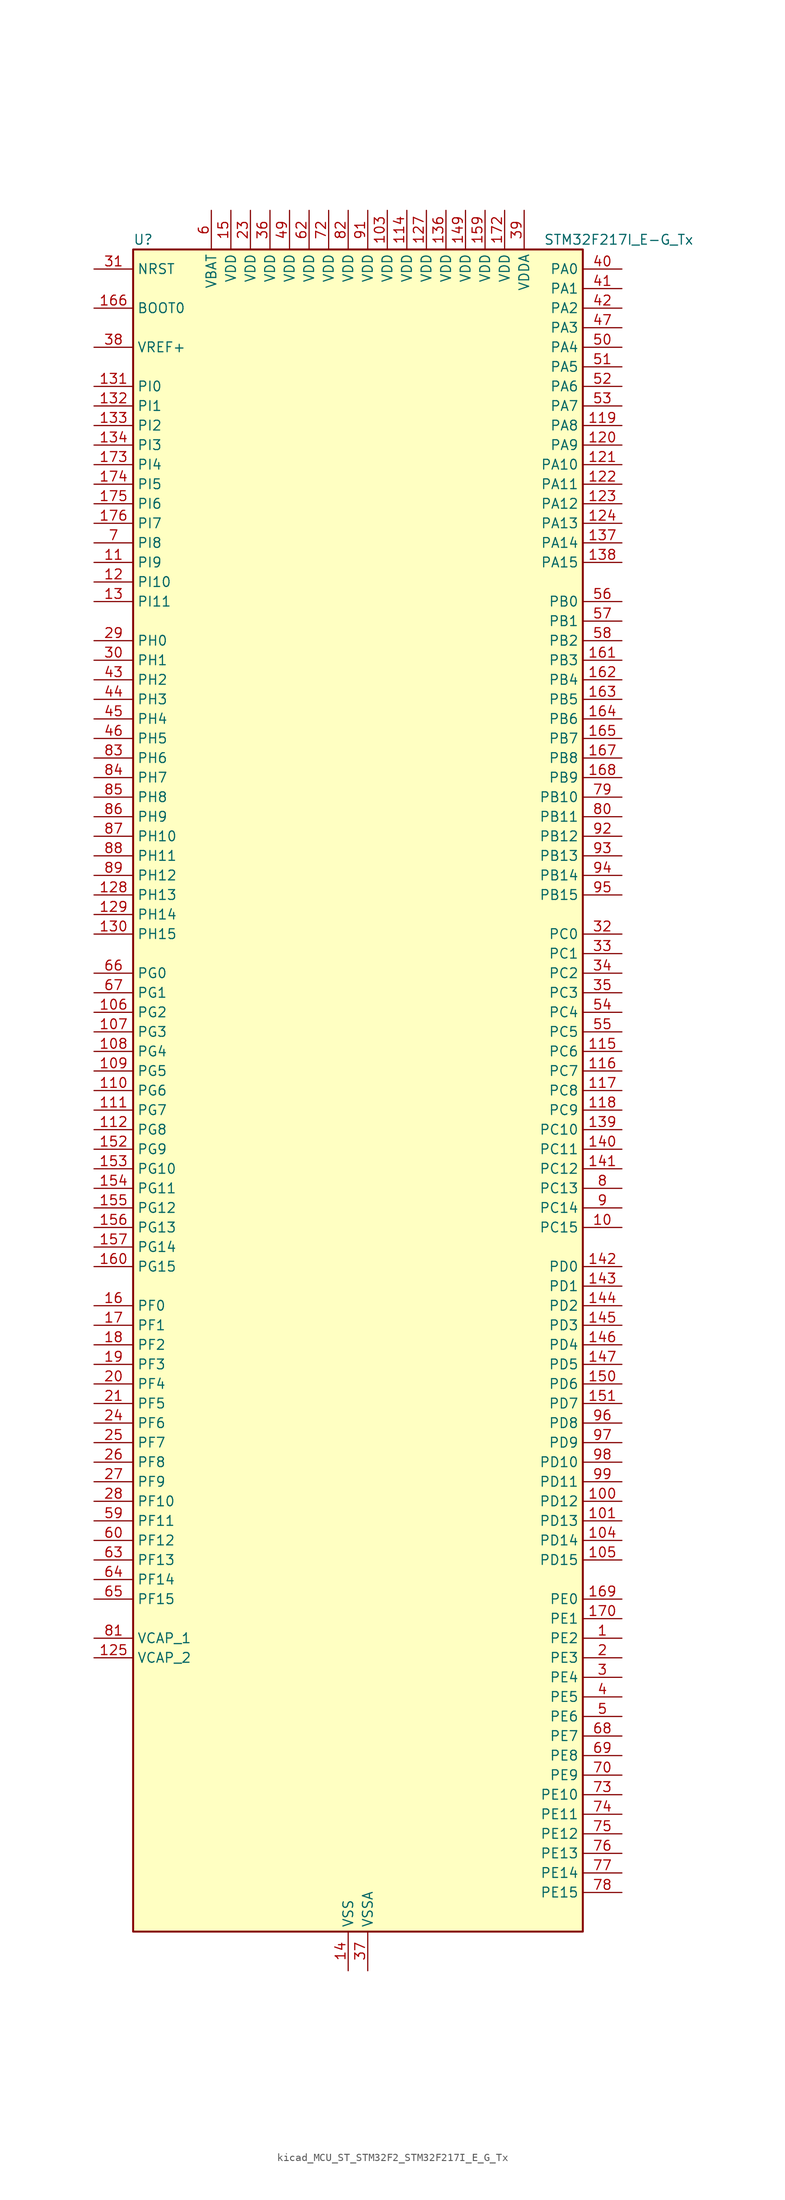
<source format=kicad_sym>
(kicad_symbol_lib
  (version 20220914)
  (generator kicad_symbol_editor)
  (symbol "kicad_MCU_ST_STM32F2_STM32F217I_E_G_Tx"
    (property "Reference" "U"
      (at -27.94 110.49 0)
      (effects (font (size 1.27 1.27)) (justify left)))
    (property "Value" "STM32F217I_E-G_Tx"
      (at 25.4 110.49 0)
      (effects (font (size 1.27 1.27)) (justify left)))
    (property "ki_locked" ""
      (at 0 0 0)
      (effects (font (size 1.27 1.27))))
    (symbol "kicad_MCU_ST_STM32F2_STM32F217I_E_G_Tx_0_1"
      (rectangle (start -27.94 -109.22) (end 30.48 109.22) (stroke (width 0.254) (type default)) (fill (type background))))
    (symbol "kicad_MCU_ST_STM32F2_STM32F217I_E_G_Tx_1_1"
      (pin bidirectional line (at 35.56 -71.12 180) (length 5.08) (name "PE2" (effects (font (size 1.27 1.27)))) (number "1" (effects (font (size 1.27 1.27)))) (alternate "ETH_TXD3" bidirectional line) (alternate "FSMC_A23" bidirectional line) (alternate "SYS_TRACECLK" bidirectional line))
      (pin bidirectional line (at 35.56 -17.78 180) (length 5.08) (name "PC15" (effects (font (size 1.27 1.27)))) (number "10" (effects (font (size 1.27 1.27)))) (alternate "ADC1_EXTI15" bidirectional line) (alternate "ADC2_EXTI15" bidirectional line) (alternate "ADC3_EXTI15" bidirectional line) (alternate "RCC_OSC32_OUT" bidirectional line))
      (pin bidirectional line (at 35.56 -53.34 180) (length 5.08) (name "PD12" (effects (font (size 1.27 1.27)))) (number "100" (effects (font (size 1.27 1.27)))) (alternate "FSMC_A17" bidirectional line) (alternate "FSMC_ALE" bidirectional line) (alternate "TIM4_CH1" bidirectional line) (alternate "USART3_RTS" bidirectional line))
      (pin bidirectional line (at 35.56 -55.88 180) (length 5.08) (name "PD13" (effects (font (size 1.27 1.27)))) (number "101" (effects (font (size 1.27 1.27)))) (alternate "FSMC_A18" bidirectional line) (alternate "TIM4_CH2" bidirectional line))
      (pin passive line (at 0 -114.3 90) (length 5.08) hide (name "VSS" (effects (font (size 1.27 1.27)))) (number "102" (effects (font (size 1.27 1.27)))))
      (pin power_in line (at 5.08 114.3 270) (length 5.08) (name "VDD" (effects (font (size 1.27 1.27)))) (number "103" (effects (font (size 1.27 1.27)))))
      (pin bidirectional line (at 35.56 -58.42 180) (length 5.08) (name "PD14" (effects (font (size 1.27 1.27)))) (number "104" (effects (font (size 1.27 1.27)))) (alternate "FSMC_D0" bidirectional line) (alternate "FSMC_DA0" bidirectional line) (alternate "TIM4_CH3" bidirectional line))
      (pin bidirectional line (at 35.56 -60.96 180) (length 5.08) (name "PD15" (effects (font (size 1.27 1.27)))) (number "105" (effects (font (size 1.27 1.27)))) (alternate "ADC1_EXTI15" bidirectional line) (alternate "ADC2_EXTI15" bidirectional line) (alternate "ADC3_EXTI15" bidirectional line) (alternate "FSMC_D1" bidirectional line) (alternate "FSMC_DA1" bidirectional line) (alternate "TIM4_CH4" bidirectional line))
      (pin bidirectional line (at -33.02 10.16 0) (length 5.08) (name "PG2" (effects (font (size 1.27 1.27)))) (number "106" (effects (font (size 1.27 1.27)))) (alternate "FSMC_A12" bidirectional line))
      (pin bidirectional line (at -33.02 7.62 0) (length 5.08) (name "PG3" (effects (font (size 1.27 1.27)))) (number "107" (effects (font (size 1.27 1.27)))) (alternate "FSMC_A13" bidirectional line))
      (pin bidirectional line (at -33.02 5.08 0) (length 5.08) (name "PG4" (effects (font (size 1.27 1.27)))) (number "108" (effects (font (size 1.27 1.27)))) (alternate "FSMC_A14" bidirectional line))
      (pin bidirectional line (at -33.02 2.54 0) (length 5.08) (name "PG5" (effects (font (size 1.27 1.27)))) (number "109" (effects (font (size 1.27 1.27)))) (alternate "FSMC_A15" bidirectional line))
      (pin bidirectional line (at -33.02 68.58 0) (length 5.08) (name "PI9" (effects (font (size 1.27 1.27)))) (number "11" (effects (font (size 1.27 1.27)))) (alternate "CAN1_RX" bidirectional line) (alternate "DAC_EXTI9" bidirectional line))
      (pin bidirectional line (at -33.02 0 0) (length 5.08) (name "PG6" (effects (font (size 1.27 1.27)))) (number "110" (effects (font (size 1.27 1.27)))) (alternate "FSMC_INT2" bidirectional line))
      (pin bidirectional line (at -33.02 -2.54 0) (length 5.08) (name "PG7" (effects (font (size 1.27 1.27)))) (number "111" (effects (font (size 1.27 1.27)))) (alternate "FSMC_INT3" bidirectional line) (alternate "USART6_CK" bidirectional line))
      (pin bidirectional line (at -33.02 -5.08 0) (length 5.08) (name "PG8" (effects (font (size 1.27 1.27)))) (number "112" (effects (font (size 1.27 1.27)))) (alternate "ETH_PPS_OUT" bidirectional line) (alternate "USART6_RTS" bidirectional line))
      (pin passive line (at 0 -114.3 90) (length 5.08) hide (name "VSS" (effects (font (size 1.27 1.27)))) (number "113" (effects (font (size 1.27 1.27)))))
      (pin power_in line (at 7.62 114.3 270) (length 5.08) (name "VDD" (effects (font (size 1.27 1.27)))) (number "114" (effects (font (size 1.27 1.27)))))
      (pin bidirectional line (at 35.56 5.08 180) (length 5.08) (name "PC6" (effects (font (size 1.27 1.27)))) (number "115" (effects (font (size 1.27 1.27)))) (alternate "DCMI_D0" bidirectional line) (alternate "I2S2_MCK" bidirectional line) (alternate "SDIO_D6" bidirectional line) (alternate "TIM3_CH1" bidirectional line) (alternate "TIM8_CH1" bidirectional line) (alternate "USART6_TX" bidirectional line))
      (pin bidirectional line (at 35.56 2.54 180) (length 5.08) (name "PC7" (effects (font (size 1.27 1.27)))) (number "116" (effects (font (size 1.27 1.27)))) (alternate "DCMI_D1" bidirectional line) (alternate "I2S3_MCK" bidirectional line) (alternate "SDIO_D7" bidirectional line) (alternate "TIM3_CH2" bidirectional line) (alternate "TIM8_CH2" bidirectional line) (alternate "USART6_RX" bidirectional line))
      (pin bidirectional line (at 35.56 0 180) (length 5.08) (name "PC8" (effects (font (size 1.27 1.27)))) (number "117" (effects (font (size 1.27 1.27)))) (alternate "DCMI_D2" bidirectional line) (alternate "SDIO_D0" bidirectional line) (alternate "TIM3_CH3" bidirectional line) (alternate "TIM8_CH3" bidirectional line) (alternate "USART6_CK" bidirectional line))
      (pin bidirectional line (at 35.56 -2.54 180) (length 5.08) (name "PC9" (effects (font (size 1.27 1.27)))) (number "118" (effects (font (size 1.27 1.27)))) (alternate "DAC_EXTI9" bidirectional line) (alternate "DCMI_D3" bidirectional line) (alternate "I2C3_SDA" bidirectional line) (alternate "I2S_CKIN" bidirectional line) (alternate "RCC_MCO_2" bidirectional line) (alternate "SDIO_D1" bidirectional line) (alternate "TIM3_CH4" bidirectional line) (alternate "TIM8_CH4" bidirectional line))
      (pin bidirectional line (at 35.56 86.36 180) (length 5.08) (name "PA8" (effects (font (size 1.27 1.27)))) (number "119" (effects (font (size 1.27 1.27)))) (alternate "I2C3_SCL" bidirectional line) (alternate "RCC_MCO_1" bidirectional line) (alternate "TIM1_CH1" bidirectional line) (alternate "USART1_CK" bidirectional line) (alternate "USB_OTG_FS_SOF" bidirectional line))
      (pin bidirectional line (at -33.02 66.04 0) (length 5.08) (name "PI10" (effects (font (size 1.27 1.27)))) (number "12" (effects (font (size 1.27 1.27)))) (alternate "ETH_RX_ER" bidirectional line))
      (pin bidirectional line (at 35.56 83.82 180) (length 5.08) (name "PA9" (effects (font (size 1.27 1.27)))) (number "120" (effects (font (size 1.27 1.27)))) (alternate "DAC_EXTI9" bidirectional line) (alternate "DCMI_D0" bidirectional line) (alternate "I2C3_SMBA" bidirectional line) (alternate "TIM1_CH2" bidirectional line) (alternate "USART1_TX" bidirectional line) (alternate "USB_OTG_FS_VBUS" bidirectional line))
      (pin bidirectional line (at 35.56 81.28 180) (length 5.08) (name "PA10" (effects (font (size 1.27 1.27)))) (number "121" (effects (font (size 1.27 1.27)))) (alternate "DCMI_D1" bidirectional line) (alternate "TIM1_CH3" bidirectional line) (alternate "USART1_RX" bidirectional line) (alternate "USB_OTG_FS_ID" bidirectional line))
      (pin bidirectional line (at 35.56 78.74 180) (length 5.08) (name "PA11" (effects (font (size 1.27 1.27)))) (number "122" (effects (font (size 1.27 1.27)))) (alternate "ADC1_EXTI11" bidirectional line) (alternate "ADC2_EXTI11" bidirectional line) (alternate "ADC3_EXTI11" bidirectional line) (alternate "CAN1_RX" bidirectional line) (alternate "TIM1_CH4" bidirectional line) (alternate "USART1_CTS" bidirectional line) (alternate "USB_OTG_FS_DM" bidirectional line))
      (pin bidirectional line (at 35.56 76.2 180) (length 5.08) (name "PA12" (effects (font (size 1.27 1.27)))) (number "123" (effects (font (size 1.27 1.27)))) (alternate "CAN1_TX" bidirectional line) (alternate "TIM1_ETR" bidirectional line) (alternate "USART1_RTS" bidirectional line) (alternate "USB_OTG_FS_DP" bidirectional line))
      (pin bidirectional line (at 35.56 73.66 180) (length 5.08) (name "PA13" (effects (font (size 1.27 1.27)))) (number "124" (effects (font (size 1.27 1.27)))) (alternate "SYS_JTMS-SWDIO" bidirectional line))
      (pin power_out line (at -33.02 -73.66 0) (length 5.08) (name "VCAP_2" (effects (font (size 1.27 1.27)))) (number "125" (effects (font (size 1.27 1.27)))))
      (pin passive line (at 0 -114.3 90) (length 5.08) hide (name "VSS" (effects (font (size 1.27 1.27)))) (number "126" (effects (font (size 1.27 1.27)))))
      (pin power_in line (at 10.16 114.3 270) (length 5.08) (name "VDD" (effects (font (size 1.27 1.27)))) (number "127" (effects (font (size 1.27 1.27)))))
      (pin bidirectional line (at -33.02 25.4 0) (length 5.08) (name "PH13" (effects (font (size 1.27 1.27)))) (number "128" (effects (font (size 1.27 1.27)))) (alternate "CAN1_TX" bidirectional line) (alternate "TIM8_CH1N" bidirectional line))
      (pin bidirectional line (at -33.02 22.86 0) (length 5.08) (name "PH14" (effects (font (size 1.27 1.27)))) (number "129" (effects (font (size 1.27 1.27)))) (alternate "DCMI_D4" bidirectional line) (alternate "TIM8_CH2N" bidirectional line))
      (pin bidirectional line (at -33.02 63.5 0) (length 5.08) (name "PI11" (effects (font (size 1.27 1.27)))) (number "13" (effects (font (size 1.27 1.27)))) (alternate "ADC1_EXTI11" bidirectional line) (alternate "ADC2_EXTI11" bidirectional line) (alternate "ADC3_EXTI11" bidirectional line) (alternate "USB_OTG_HS_ULPI_DIR" bidirectional line))
      (pin bidirectional line (at -33.02 20.32 0) (length 5.08) (name "PH15" (effects (font (size 1.27 1.27)))) (number "130" (effects (font (size 1.27 1.27)))) (alternate "ADC1_EXTI15" bidirectional line) (alternate "ADC2_EXTI15" bidirectional line) (alternate "ADC3_EXTI15" bidirectional line) (alternate "DCMI_D11" bidirectional line) (alternate "TIM8_CH3N" bidirectional line))
      (pin bidirectional line (at -33.02 91.44 0) (length 5.08) (name "PI0" (effects (font (size 1.27 1.27)))) (number "131" (effects (font (size 1.27 1.27)))) (alternate "DCMI_D13" bidirectional line) (alternate "I2S2_WS" bidirectional line) (alternate "SPI2_NSS" bidirectional line) (alternate "TIM5_CH4" bidirectional line))
      (pin bidirectional line (at -33.02 88.9 0) (length 5.08) (name "PI1" (effects (font (size 1.27 1.27)))) (number "132" (effects (font (size 1.27 1.27)))) (alternate "DCMI_D8" bidirectional line) (alternate "I2S2_SCK" bidirectional line) (alternate "SPI2_SCK" bidirectional line))
      (pin bidirectional line (at -33.02 86.36 0) (length 5.08) (name "PI2" (effects (font (size 1.27 1.27)))) (number "133" (effects (font (size 1.27 1.27)))) (alternate "DCMI_D9" bidirectional line) (alternate "SPI2_MISO" bidirectional line) (alternate "TIM8_CH4" bidirectional line))
      (pin bidirectional line (at -33.02 83.82 0) (length 5.08) (name "PI3" (effects (font (size 1.27 1.27)))) (number "134" (effects (font (size 1.27 1.27)))) (alternate "DCMI_D10" bidirectional line) (alternate "I2S2_SD" bidirectional line) (alternate "SPI2_MOSI" bidirectional line) (alternate "TIM8_ETR" bidirectional line))
      (pin passive line (at 0 -114.3 90) (length 5.08) hide (name "VSS" (effects (font (size 1.27 1.27)))) (number "135" (effects (font (size 1.27 1.27)))))
      (pin power_in line (at 12.7 114.3 270) (length 5.08) (name "VDD" (effects (font (size 1.27 1.27)))) (number "136" (effects (font (size 1.27 1.27)))))
      (pin bidirectional line (at 35.56 71.12 180) (length 5.08) (name "PA14" (effects (font (size 1.27 1.27)))) (number "137" (effects (font (size 1.27 1.27)))) (alternate "SYS_JTCK-SWCLK" bidirectional line))
      (pin bidirectional line (at 35.56 68.58 180) (length 5.08) (name "PA15" (effects (font (size 1.27 1.27)))) (number "138" (effects (font (size 1.27 1.27)))) (alternate "ADC1_EXTI15" bidirectional line) (alternate "ADC2_EXTI15" bidirectional line) (alternate "ADC3_EXTI15" bidirectional line) (alternate "I2S3_WS" bidirectional line) (alternate "SPI1_NSS" bidirectional line) (alternate "SPI3_NSS" bidirectional line) (alternate "SYS_JTDI" bidirectional line) (alternate "TIM2_CH1" bidirectional line) (alternate "TIM2_ETR" bidirectional line))
      (pin bidirectional line (at 35.56 -5.08 180) (length 5.08) (name "PC10" (effects (font (size 1.27 1.27)))) (number "139" (effects (font (size 1.27 1.27)))) (alternate "DCMI_D8" bidirectional line) (alternate "I2S3_SCK" bidirectional line) (alternate "SDIO_D2" bidirectional line) (alternate "SPI3_SCK" bidirectional line) (alternate "UART4_TX" bidirectional line) (alternate "USART3_TX" bidirectional line))
      (pin power_in line (at 0 -114.3 90) (length 5.08) (name "VSS" (effects (font (size 1.27 1.27)))) (number "14" (effects (font (size 1.27 1.27)))))
      (pin bidirectional line (at 35.56 -7.62 180) (length 5.08) (name "PC11" (effects (font (size 1.27 1.27)))) (number "140" (effects (font (size 1.27 1.27)))) (alternate "ADC1_EXTI11" bidirectional line) (alternate "ADC2_EXTI11" bidirectional line) (alternate "ADC3_EXTI11" bidirectional line) (alternate "DCMI_D4" bidirectional line) (alternate "SDIO_D3" bidirectional line) (alternate "SPI3_MISO" bidirectional line) (alternate "UART4_RX" bidirectional line) (alternate "USART3_RX" bidirectional line))
      (pin bidirectional line (at 35.56 -10.16 180) (length 5.08) (name "PC12" (effects (font (size 1.27 1.27)))) (number "141" (effects (font (size 1.27 1.27)))) (alternate "DCMI_D9" bidirectional line) (alternate "I2S3_SD" bidirectional line) (alternate "SDIO_CK" bidirectional line) (alternate "SPI3_MOSI" bidirectional line) (alternate "UART5_TX" bidirectional line) (alternate "USART3_CK" bidirectional line))
      (pin bidirectional line (at 35.56 -22.86 180) (length 5.08) (name "PD0" (effects (font (size 1.27 1.27)))) (number "142" (effects (font (size 1.27 1.27)))) (alternate "CAN1_RX" bidirectional line) (alternate "FSMC_D2" bidirectional line) (alternate "FSMC_DA2" bidirectional line))
      (pin bidirectional line (at 35.56 -25.4 180) (length 5.08) (name "PD1" (effects (font (size 1.27 1.27)))) (number "143" (effects (font (size 1.27 1.27)))) (alternate "CAN1_TX" bidirectional line) (alternate "FSMC_D3" bidirectional line) (alternate "FSMC_DA3" bidirectional line))
      (pin bidirectional line (at 35.56 -27.94 180) (length 5.08) (name "PD2" (effects (font (size 1.27 1.27)))) (number "144" (effects (font (size 1.27 1.27)))) (alternate "DCMI_D11" bidirectional line) (alternate "SDIO_CMD" bidirectional line) (alternate "TIM3_ETR" bidirectional line) (alternate "UART5_RX" bidirectional line))
      (pin bidirectional line (at 35.56 -30.48 180) (length 5.08) (name "PD3" (effects (font (size 1.27 1.27)))) (number "145" (effects (font (size 1.27 1.27)))) (alternate "FSMC_CLK" bidirectional line) (alternate "USART2_CTS" bidirectional line))
      (pin bidirectional line (at 35.56 -33.02 180) (length 5.08) (name "PD4" (effects (font (size 1.27 1.27)))) (number "146" (effects (font (size 1.27 1.27)))) (alternate "FSMC_NOE" bidirectional line) (alternate "USART2_RTS" bidirectional line))
      (pin bidirectional line (at 35.56 -35.56 180) (length 5.08) (name "PD5" (effects (font (size 1.27 1.27)))) (number "147" (effects (font (size 1.27 1.27)))) (alternate "FSMC_NWE" bidirectional line) (alternate "USART2_TX" bidirectional line))
      (pin passive line (at 0 -114.3 90) (length 5.08) hide (name "VSS" (effects (font (size 1.27 1.27)))) (number "148" (effects (font (size 1.27 1.27)))))
      (pin power_in line (at 15.24 114.3 270) (length 5.08) (name "VDD" (effects (font (size 1.27 1.27)))) (number "149" (effects (font (size 1.27 1.27)))))
      (pin power_in line (at -15.24 114.3 270) (length 5.08) (name "VDD" (effects (font (size 1.27 1.27)))) (number "15" (effects (font (size 1.27 1.27)))))
      (pin bidirectional line (at 35.56 -38.1 180) (length 5.08) (name "PD6" (effects (font (size 1.27 1.27)))) (number "150" (effects (font (size 1.27 1.27)))) (alternate "FSMC_NWAIT" bidirectional line) (alternate "USART2_RX" bidirectional line))
      (pin bidirectional line (at 35.56 -40.64 180) (length 5.08) (name "PD7" (effects (font (size 1.27 1.27)))) (number "151" (effects (font (size 1.27 1.27)))) (alternate "FSMC_NCE2" bidirectional line) (alternate "FSMC_NE1" bidirectional line) (alternate "USART2_CK" bidirectional line))
      (pin bidirectional line (at -33.02 -7.62 0) (length 5.08) (name "PG9" (effects (font (size 1.27 1.27)))) (number "152" (effects (font (size 1.27 1.27)))) (alternate "DAC_EXTI9" bidirectional line) (alternate "FSMC_NCE3" bidirectional line) (alternate "FSMC_NE2" bidirectional line) (alternate "USART6_RX" bidirectional line))
      (pin bidirectional line (at -33.02 -10.16 0) (length 5.08) (name "PG10" (effects (font (size 1.27 1.27)))) (number "153" (effects (font (size 1.27 1.27)))) (alternate "FSMC_NCE4_1" bidirectional line) (alternate "FSMC_NE3" bidirectional line))
      (pin bidirectional line (at -33.02 -12.7 0) (length 5.08) (name "PG11" (effects (font (size 1.27 1.27)))) (number "154" (effects (font (size 1.27 1.27)))) (alternate "ADC1_EXTI11" bidirectional line) (alternate "ADC2_EXTI11" bidirectional line) (alternate "ADC3_EXTI11" bidirectional line) (alternate "ETH_TX_EN" bidirectional line) (alternate "FSMC_NCE4_2" bidirectional line))
      (pin bidirectional line (at -33.02 -15.24 0) (length 5.08) (name "PG12" (effects (font (size 1.27 1.27)))) (number "155" (effects (font (size 1.27 1.27)))) (alternate "FSMC_NE4" bidirectional line) (alternate "USART6_RTS" bidirectional line))
      (pin bidirectional line (at -33.02 -17.78 0) (length 5.08) (name "PG13" (effects (font (size 1.27 1.27)))) (number "156" (effects (font (size 1.27 1.27)))) (alternate "ETH_TXD0" bidirectional line) (alternate "FSMC_A24" bidirectional line) (alternate "USART6_CTS" bidirectional line))
      (pin bidirectional line (at -33.02 -20.32 0) (length 5.08) (name "PG14" (effects (font (size 1.27 1.27)))) (number "157" (effects (font (size 1.27 1.27)))) (alternate "ETH_TXD1" bidirectional line) (alternate "FSMC_A25" bidirectional line) (alternate "USART6_TX" bidirectional line))
      (pin passive line (at 0 -114.3 90) (length 5.08) hide (name "VSS" (effects (font (size 1.27 1.27)))) (number "158" (effects (font (size 1.27 1.27)))))
      (pin power_in line (at 17.78 114.3 270) (length 5.08) (name "VDD" (effects (font (size 1.27 1.27)))) (number "159" (effects (font (size 1.27 1.27)))))
      (pin bidirectional line (at -33.02 -27.94 0) (length 5.08) (name "PF0" (effects (font (size 1.27 1.27)))) (number "16" (effects (font (size 1.27 1.27)))) (alternate "FSMC_A0" bidirectional line) (alternate "I2C2_SDA" bidirectional line))
      (pin bidirectional line (at -33.02 -22.86 0) (length 5.08) (name "PG15" (effects (font (size 1.27 1.27)))) (number "160" (effects (font (size 1.27 1.27)))) (alternate "ADC1_EXTI15" bidirectional line) (alternate "ADC2_EXTI15" bidirectional line) (alternate "ADC3_EXTI15" bidirectional line) (alternate "DCMI_D13" bidirectional line) (alternate "USART6_CTS" bidirectional line))
      (pin bidirectional line (at 35.56 55.88 180) (length 5.08) (name "PB3" (effects (font (size 1.27 1.27)))) (number "161" (effects (font (size 1.27 1.27)))) (alternate "I2S3_SCK" bidirectional line) (alternate "SPI1_SCK" bidirectional line) (alternate "SPI3_SCK" bidirectional line) (alternate "SYS_JTDO-SWO" bidirectional line) (alternate "TIM2_CH2" bidirectional line))
      (pin bidirectional line (at 35.56 53.34 180) (length 5.08) (name "PB4" (effects (font (size 1.27 1.27)))) (number "162" (effects (font (size 1.27 1.27)))) (alternate "SPI1_MISO" bidirectional line) (alternate "SPI3_MISO" bidirectional line) (alternate "SYS_JTRST" bidirectional line) (alternate "TIM3_CH1" bidirectional line))
      (pin bidirectional line (at 35.56 50.8 180) (length 5.08) (name "PB5" (effects (font (size 1.27 1.27)))) (number "163" (effects (font (size 1.27 1.27)))) (alternate "CAN2_RX" bidirectional line) (alternate "DCMI_D10" bidirectional line) (alternate "ETH_PPS_OUT" bidirectional line) (alternate "I2C1_SMBA" bidirectional line) (alternate "I2S3_SD" bidirectional line) (alternate "SPI1_MOSI" bidirectional line) (alternate "SPI3_MOSI" bidirectional line) (alternate "TIM3_CH2" bidirectional line) (alternate "USB_OTG_HS_ULPI_D7" bidirectional line))
      (pin bidirectional line (at 35.56 48.26 180) (length 5.08) (name "PB6" (effects (font (size 1.27 1.27)))) (number "164" (effects (font (size 1.27 1.27)))) (alternate "CAN2_TX" bidirectional line) (alternate "DCMI_D5" bidirectional line) (alternate "I2C1_SCL" bidirectional line) (alternate "TIM4_CH1" bidirectional line) (alternate "USART1_TX" bidirectional line))
      (pin bidirectional line (at 35.56 45.72 180) (length 5.08) (name "PB7" (effects (font (size 1.27 1.27)))) (number "165" (effects (font (size 1.27 1.27)))) (alternate "DCMI_VSYNC" bidirectional line) (alternate "FSMC_NL" bidirectional line) (alternate "I2C1_SDA" bidirectional line) (alternate "TIM4_CH2" bidirectional line) (alternate "USART1_RX" bidirectional line))
      (pin input line (at -33.02 101.6 0) (length 5.08) (name "BOOT0" (effects (font (size 1.27 1.27)))) (number "166" (effects (font (size 1.27 1.27)))))
      (pin bidirectional line (at 35.56 43.18 180) (length 5.08) (name "PB8" (effects (font (size 1.27 1.27)))) (number "167" (effects (font (size 1.27 1.27)))) (alternate "CAN1_RX" bidirectional line) (alternate "DCMI_D6" bidirectional line) (alternate "ETH_TXD3" bidirectional line) (alternate "I2C1_SCL" bidirectional line) (alternate "SDIO_D4" bidirectional line) (alternate "TIM10_CH1" bidirectional line) (alternate "TIM4_CH3" bidirectional line))
      (pin bidirectional line (at 35.56 40.64 180) (length 5.08) (name "PB9" (effects (font (size 1.27 1.27)))) (number "168" (effects (font (size 1.27 1.27)))) (alternate "CAN1_TX" bidirectional line) (alternate "DAC_EXTI9" bidirectional line) (alternate "DCMI_D7" bidirectional line) (alternate "I2C1_SDA" bidirectional line) (alternate "I2S2_WS" bidirectional line) (alternate "SDIO_D5" bidirectional line) (alternate "SPI2_NSS" bidirectional line) (alternate "TIM11_CH1" bidirectional line) (alternate "TIM4_CH4" bidirectional line))
      (pin bidirectional line (at 35.56 -66.04 180) (length 5.08) (name "PE0" (effects (font (size 1.27 1.27)))) (number "169" (effects (font (size 1.27 1.27)))) (alternate "DCMI_D2" bidirectional line) (alternate "FSMC_NBL0" bidirectional line) (alternate "TIM4_ETR" bidirectional line))
      (pin bidirectional line (at -33.02 -30.48 0) (length 5.08) (name "PF1" (effects (font (size 1.27 1.27)))) (number "17" (effects (font (size 1.27 1.27)))) (alternate "FSMC_A1" bidirectional line) (alternate "I2C2_SCL" bidirectional line))
      (pin bidirectional line (at 35.56 -68.58 180) (length 5.08) (name "PE1" (effects (font (size 1.27 1.27)))) (number "170" (effects (font (size 1.27 1.27)))) (alternate "DCMI_D3" bidirectional line) (alternate "FSMC_NBL1" bidirectional line))
      (pin no_connect line (at -27.94 -109.22 0) (length 5.08) hide (name "RFU" (effects (font (size 1.27 1.27)))) (number "171" (effects (font (size 1.27 1.27)))))
      (pin power_in line (at 20.32 114.3 270) (length 5.08) (name "VDD" (effects (font (size 1.27 1.27)))) (number "172" (effects (font (size 1.27 1.27)))))
      (pin bidirectional line (at -33.02 81.28 0) (length 5.08) (name "PI4" (effects (font (size 1.27 1.27)))) (number "173" (effects (font (size 1.27 1.27)))) (alternate "DCMI_D5" bidirectional line) (alternate "TIM8_BKIN" bidirectional line))
      (pin bidirectional line (at -33.02 78.74 0) (length 5.08) (name "PI5" (effects (font (size 1.27 1.27)))) (number "174" (effects (font (size 1.27 1.27)))) (alternate "DCMI_VSYNC" bidirectional line) (alternate "TIM8_CH1" bidirectional line))
      (pin bidirectional line (at -33.02 76.2 0) (length 5.08) (name "PI6" (effects (font (size 1.27 1.27)))) (number "175" (effects (font (size 1.27 1.27)))) (alternate "DCMI_D6" bidirectional line) (alternate "TIM8_CH2" bidirectional line))
      (pin bidirectional line (at -33.02 73.66 0) (length 5.08) (name "PI7" (effects (font (size 1.27 1.27)))) (number "176" (effects (font (size 1.27 1.27)))) (alternate "DCMI_D7" bidirectional line) (alternate "TIM8_CH3" bidirectional line))
      (pin bidirectional line (at -33.02 -33.02 0) (length 5.08) (name "PF2" (effects (font (size 1.27 1.27)))) (number "18" (effects (font (size 1.27 1.27)))) (alternate "FSMC_A2" bidirectional line) (alternate "I2C2_SMBA" bidirectional line))
      (pin bidirectional line (at -33.02 -35.56 0) (length 5.08) (name "PF3" (effects (font (size 1.27 1.27)))) (number "19" (effects (font (size 1.27 1.27)))) (alternate "ADC3_IN9" bidirectional line) (alternate "FSMC_A3" bidirectional line))
      (pin bidirectional line (at 35.56 -73.66 180) (length 5.08) (name "PE3" (effects (font (size 1.27 1.27)))) (number "2" (effects (font (size 1.27 1.27)))) (alternate "FSMC_A19" bidirectional line) (alternate "SYS_TRACED0" bidirectional line))
      (pin bidirectional line (at -33.02 -38.1 0) (length 5.08) (name "PF4" (effects (font (size 1.27 1.27)))) (number "20" (effects (font (size 1.27 1.27)))) (alternate "ADC3_IN14" bidirectional line) (alternate "FSMC_A4" bidirectional line))
      (pin bidirectional line (at -33.02 -40.64 0) (length 5.08) (name "PF5" (effects (font (size 1.27 1.27)))) (number "21" (effects (font (size 1.27 1.27)))) (alternate "ADC3_IN15" bidirectional line) (alternate "FSMC_A5" bidirectional line))
      (pin passive line (at 0 -114.3 90) (length 5.08) hide (name "VSS" (effects (font (size 1.27 1.27)))) (number "22" (effects (font (size 1.27 1.27)))))
      (pin power_in line (at -12.7 114.3 270) (length 5.08) (name "VDD" (effects (font (size 1.27 1.27)))) (number "23" (effects (font (size 1.27 1.27)))))
      (pin bidirectional line (at -33.02 -43.18 0) (length 5.08) (name "PF6" (effects (font (size 1.27 1.27)))) (number "24" (effects (font (size 1.27 1.27)))) (alternate "ADC3_IN4" bidirectional line) (alternate "FSMC_NIORD" bidirectional line) (alternate "TIM10_CH1" bidirectional line))
      (pin bidirectional line (at -33.02 -45.72 0) (length 5.08) (name "PF7" (effects (font (size 1.27 1.27)))) (number "25" (effects (font (size 1.27 1.27)))) (alternate "ADC3_IN5" bidirectional line) (alternate "FSMC_NREG" bidirectional line) (alternate "TIM11_CH1" bidirectional line))
      (pin bidirectional line (at -33.02 -48.26 0) (length 5.08) (name "PF8" (effects (font (size 1.27 1.27)))) (number "26" (effects (font (size 1.27 1.27)))) (alternate "ADC3_IN6" bidirectional line) (alternate "FSMC_NIOWR" bidirectional line) (alternate "TIM13_CH1" bidirectional line))
      (pin bidirectional line (at -33.02 -50.8 0) (length 5.08) (name "PF9" (effects (font (size 1.27 1.27)))) (number "27" (effects (font (size 1.27 1.27)))) (alternate "ADC3_IN7" bidirectional line) (alternate "DAC_EXTI9" bidirectional line) (alternate "FSMC_CD" bidirectional line) (alternate "TIM14_CH1" bidirectional line))
      (pin bidirectional line (at -33.02 -53.34 0) (length 5.08) (name "PF10" (effects (font (size 1.27 1.27)))) (number "28" (effects (font (size 1.27 1.27)))) (alternate "ADC3_IN8" bidirectional line) (alternate "FSMC_INTR" bidirectional line))
      (pin bidirectional line (at -33.02 58.42 0) (length 5.08) (name "PH0" (effects (font (size 1.27 1.27)))) (number "29" (effects (font (size 1.27 1.27)))) (alternate "RCC_OSC_IN" bidirectional line))
      (pin bidirectional line (at 35.56 -76.2 180) (length 5.08) (name "PE4" (effects (font (size 1.27 1.27)))) (number "3" (effects (font (size 1.27 1.27)))) (alternate "DCMI_D4" bidirectional line) (alternate "FSMC_A20" bidirectional line) (alternate "SYS_TRACED1" bidirectional line))
      (pin bidirectional line (at -33.02 55.88 0) (length 5.08) (name "PH1" (effects (font (size 1.27 1.27)))) (number "30" (effects (font (size 1.27 1.27)))) (alternate "RCC_OSC_OUT" bidirectional line))
      (pin input line (at -33.02 106.68 0) (length 5.08) (name "NRST" (effects (font (size 1.27 1.27)))) (number "31" (effects (font (size 1.27 1.27)))))
      (pin bidirectional line (at 35.56 20.32 180) (length 5.08) (name "PC0" (effects (font (size 1.27 1.27)))) (number "32" (effects (font (size 1.27 1.27)))) (alternate "ADC1_IN10" bidirectional line) (alternate "ADC2_IN10" bidirectional line) (alternate "ADC3_IN10" bidirectional line) (alternate "USB_OTG_HS_ULPI_STP" bidirectional line))
      (pin bidirectional line (at 35.56 17.78 180) (length 5.08) (name "PC1" (effects (font (size 1.27 1.27)))) (number "33" (effects (font (size 1.27 1.27)))) (alternate "ADC1_IN11" bidirectional line) (alternate "ADC2_IN11" bidirectional line) (alternate "ADC3_IN11" bidirectional line) (alternate "ETH_MDC" bidirectional line))
      (pin bidirectional line (at 35.56 15.24 180) (length 5.08) (name "PC2" (effects (font (size 1.27 1.27)))) (number "34" (effects (font (size 1.27 1.27)))) (alternate "ADC1_IN12" bidirectional line) (alternate "ADC2_IN12" bidirectional line) (alternate "ADC3_IN12" bidirectional line) (alternate "ETH_TXD2" bidirectional line) (alternate "SPI2_MISO" bidirectional line) (alternate "USB_OTG_HS_ULPI_DIR" bidirectional line))
      (pin bidirectional line (at 35.56 12.7 180) (length 5.08) (name "PC3" (effects (font (size 1.27 1.27)))) (number "35" (effects (font (size 1.27 1.27)))) (alternate "ADC1_IN13" bidirectional line) (alternate "ADC2_IN13" bidirectional line) (alternate "ADC3_IN13" bidirectional line) (alternate "ETH_TX_CLK" bidirectional line) (alternate "I2S2_SD" bidirectional line) (alternate "SPI2_MOSI" bidirectional line) (alternate "USB_OTG_HS_ULPI_NXT" bidirectional line))
      (pin power_in line (at -10.16 114.3 270) (length 5.08) (name "VDD" (effects (font (size 1.27 1.27)))) (number "36" (effects (font (size 1.27 1.27)))))
      (pin power_in line (at 2.54 -114.3 90) (length 5.08) (name "VSSA" (effects (font (size 1.27 1.27)))) (number "37" (effects (font (size 1.27 1.27)))))
      (pin input line (at -33.02 96.52 0) (length 5.08) (name "VREF+" (effects (font (size 1.27 1.27)))) (number "38" (effects (font (size 1.27 1.27)))))
      (pin power_in line (at 22.86 114.3 270) (length 5.08) (name "VDDA" (effects (font (size 1.27 1.27)))) (number "39" (effects (font (size 1.27 1.27)))))
      (pin bidirectional line (at 35.56 -78.74 180) (length 5.08) (name "PE5" (effects (font (size 1.27 1.27)))) (number "4" (effects (font (size 1.27 1.27)))) (alternate "DCMI_D6" bidirectional line) (alternate "FSMC_A21" bidirectional line) (alternate "SYS_TRACED2" bidirectional line) (alternate "TIM9_CH1" bidirectional line))
      (pin bidirectional line (at 35.56 106.68 180) (length 5.08) (name "PA0" (effects (font (size 1.27 1.27)))) (number "40" (effects (font (size 1.27 1.27)))) (alternate "ADC1_IN0" bidirectional line) (alternate "ADC2_IN0" bidirectional line) (alternate "ADC3_IN0" bidirectional line) (alternate "ETH_CRS" bidirectional line) (alternate "SYS_WKUP" bidirectional line) (alternate "TIM2_CH1" bidirectional line) (alternate "TIM2_ETR" bidirectional line) (alternate "TIM5_CH1" bidirectional line) (alternate "TIM8_ETR" bidirectional line) (alternate "UART4_TX" bidirectional line) (alternate "USART2_CTS" bidirectional line))
      (pin bidirectional line (at 35.56 104.14 180) (length 5.08) (name "PA1" (effects (font (size 1.27 1.27)))) (number "41" (effects (font (size 1.27 1.27)))) (alternate "ADC1_IN1" bidirectional line) (alternate "ADC2_IN1" bidirectional line) (alternate "ADC3_IN1" bidirectional line) (alternate "ETH_REF_CLK" bidirectional line) (alternate "ETH_RX_CLK" bidirectional line) (alternate "TIM2_CH2" bidirectional line) (alternate "TIM5_CH2" bidirectional line) (alternate "UART4_RX" bidirectional line) (alternate "USART2_RTS" bidirectional line))
      (pin bidirectional line (at 35.56 101.6 180) (length 5.08) (name "PA2" (effects (font (size 1.27 1.27)))) (number "42" (effects (font (size 1.27 1.27)))) (alternate "ADC1_IN2" bidirectional line) (alternate "ADC2_IN2" bidirectional line) (alternate "ADC3_IN2" bidirectional line) (alternate "ETH_MDIO" bidirectional line) (alternate "TIM2_CH3" bidirectional line) (alternate "TIM5_CH3" bidirectional line) (alternate "TIM9_CH1" bidirectional line) (alternate "USART2_TX" bidirectional line))
      (pin bidirectional line (at -33.02 53.34 0) (length 5.08) (name "PH2" (effects (font (size 1.27 1.27)))) (number "43" (effects (font (size 1.27 1.27)))) (alternate "ETH_CRS" bidirectional line))
      (pin bidirectional line (at -33.02 50.8 0) (length 5.08) (name "PH3" (effects (font (size 1.27 1.27)))) (number "44" (effects (font (size 1.27 1.27)))) (alternate "ETH_COL" bidirectional line))
      (pin bidirectional line (at -33.02 48.26 0) (length 5.08) (name "PH4" (effects (font (size 1.27 1.27)))) (number "45" (effects (font (size 1.27 1.27)))) (alternate "I2C2_SCL" bidirectional line) (alternate "USB_OTG_HS_ULPI_NXT" bidirectional line))
      (pin bidirectional line (at -33.02 45.72 0) (length 5.08) (name "PH5" (effects (font (size 1.27 1.27)))) (number "46" (effects (font (size 1.27 1.27)))) (alternate "I2C2_SDA" bidirectional line))
      (pin bidirectional line (at 35.56 99.06 180) (length 5.08) (name "PA3" (effects (font (size 1.27 1.27)))) (number "47" (effects (font (size 1.27 1.27)))) (alternate "ADC1_IN3" bidirectional line) (alternate "ADC2_IN3" bidirectional line) (alternate "ADC3_IN3" bidirectional line) (alternate "ETH_COL" bidirectional line) (alternate "TIM2_CH4" bidirectional line) (alternate "TIM5_CH4" bidirectional line) (alternate "TIM9_CH2" bidirectional line) (alternate "USART2_RX" bidirectional line) (alternate "USB_OTG_HS_ULPI_D0" bidirectional line))
      (pin passive line (at 0 -114.3 90) (length 5.08) hide (name "VSS" (effects (font (size 1.27 1.27)))) (number "48" (effects (font (size 1.27 1.27)))))
      (pin power_in line (at -7.62 114.3 270) (length 5.08) (name "VDD" (effects (font (size 1.27 1.27)))) (number "49" (effects (font (size 1.27 1.27)))))
      (pin bidirectional line (at 35.56 -81.28 180) (length 5.08) (name "PE6" (effects (font (size 1.27 1.27)))) (number "5" (effects (font (size 1.27 1.27)))) (alternate "DCMI_D7" bidirectional line) (alternate "FSMC_A22" bidirectional line) (alternate "SYS_TRACED3" bidirectional line) (alternate "TIM9_CH2" bidirectional line))
      (pin bidirectional line (at 35.56 96.52 180) (length 5.08) (name "PA4" (effects (font (size 1.27 1.27)))) (number "50" (effects (font (size 1.27 1.27)))) (alternate "ADC1_IN4" bidirectional line) (alternate "ADC2_IN4" bidirectional line) (alternate "DAC_OUT1" bidirectional line) (alternate "DCMI_HSYNC" bidirectional line) (alternate "I2S3_WS" bidirectional line) (alternate "SPI1_NSS" bidirectional line) (alternate "SPI3_NSS" bidirectional line) (alternate "USART2_CK" bidirectional line) (alternate "USB_OTG_HS_SOF" bidirectional line))
      (pin bidirectional line (at 35.56 93.98 180) (length 5.08) (name "PA5" (effects (font (size 1.27 1.27)))) (number "51" (effects (font (size 1.27 1.27)))) (alternate "ADC1_IN5" bidirectional line) (alternate "ADC2_IN5" bidirectional line) (alternate "DAC_OUT2" bidirectional line) (alternate "SPI1_SCK" bidirectional line) (alternate "TIM2_CH1" bidirectional line) (alternate "TIM2_ETR" bidirectional line) (alternate "TIM8_CH1N" bidirectional line) (alternate "USB_OTG_HS_ULPI_CK" bidirectional line))
      (pin bidirectional line (at 35.56 91.44 180) (length 5.08) (name "PA6" (effects (font (size 1.27 1.27)))) (number "52" (effects (font (size 1.27 1.27)))) (alternate "ADC1_IN6" bidirectional line) (alternate "ADC2_IN6" bidirectional line) (alternate "DCMI_PIXCLK" bidirectional line) (alternate "SPI1_MISO" bidirectional line) (alternate "TIM13_CH1" bidirectional line) (alternate "TIM1_BKIN" bidirectional line) (alternate "TIM3_CH1" bidirectional line) (alternate "TIM8_BKIN" bidirectional line))
      (pin bidirectional line (at 35.56 88.9 180) (length 5.08) (name "PA7" (effects (font (size 1.27 1.27)))) (number "53" (effects (font (size 1.27 1.27)))) (alternate "ADC1_IN7" bidirectional line) (alternate "ADC2_IN7" bidirectional line) (alternate "ETH_CRS_DV" bidirectional line) (alternate "ETH_RX_DV" bidirectional line) (alternate "SPI1_MOSI" bidirectional line) (alternate "TIM14_CH1" bidirectional line) (alternate "TIM1_CH1N" bidirectional line) (alternate "TIM3_CH2" bidirectional line) (alternate "TIM8_CH1N" bidirectional line))
      (pin bidirectional line (at 35.56 10.16 180) (length 5.08) (name "PC4" (effects (font (size 1.27 1.27)))) (number "54" (effects (font (size 1.27 1.27)))) (alternate "ADC1_IN14" bidirectional line) (alternate "ADC2_IN14" bidirectional line) (alternate "ETH_RXD0" bidirectional line))
      (pin bidirectional line (at 35.56 7.62 180) (length 5.08) (name "PC5" (effects (font (size 1.27 1.27)))) (number "55" (effects (font (size 1.27 1.27)))) (alternate "ADC1_IN15" bidirectional line) (alternate "ADC2_IN15" bidirectional line) (alternate "ETH_RXD1" bidirectional line))
      (pin bidirectional line (at 35.56 63.5 180) (length 5.08) (name "PB0" (effects (font (size 1.27 1.27)))) (number "56" (effects (font (size 1.27 1.27)))) (alternate "ADC1_IN8" bidirectional line) (alternate "ADC2_IN8" bidirectional line) (alternate "ETH_RXD2" bidirectional line) (alternate "TIM1_CH2N" bidirectional line) (alternate "TIM3_CH3" bidirectional line) (alternate "TIM8_CH2N" bidirectional line) (alternate "USB_OTG_HS_ULPI_D1" bidirectional line))
      (pin bidirectional line (at 35.56 60.96 180) (length 5.08) (name "PB1" (effects (font (size 1.27 1.27)))) (number "57" (effects (font (size 1.27 1.27)))) (alternate "ADC1_IN9" bidirectional line) (alternate "ADC2_IN9" bidirectional line) (alternate "ETH_RXD3" bidirectional line) (alternate "TIM1_CH3N" bidirectional line) (alternate "TIM3_CH4" bidirectional line) (alternate "TIM8_CH3N" bidirectional line) (alternate "USB_OTG_HS_ULPI_D2" bidirectional line))
      (pin bidirectional line (at 35.56 58.42 180) (length 5.08) (name "PB2" (effects (font (size 1.27 1.27)))) (number "58" (effects (font (size 1.27 1.27)))))
      (pin bidirectional line (at -33.02 -55.88 0) (length 5.08) (name "PF11" (effects (font (size 1.27 1.27)))) (number "59" (effects (font (size 1.27 1.27)))) (alternate "ADC1_EXTI11" bidirectional line) (alternate "ADC2_EXTI11" bidirectional line) (alternate "ADC3_EXTI11" bidirectional line) (alternate "DCMI_D12" bidirectional line))
      (pin power_in line (at -17.78 114.3 270) (length 5.08) (name "VBAT" (effects (font (size 1.27 1.27)))) (number "6" (effects (font (size 1.27 1.27)))))
      (pin bidirectional line (at -33.02 -58.42 0) (length 5.08) (name "PF12" (effects (font (size 1.27 1.27)))) (number "60" (effects (font (size 1.27 1.27)))) (alternate "FSMC_A6" bidirectional line))
      (pin passive line (at 0 -114.3 90) (length 5.08) hide (name "VSS" (effects (font (size 1.27 1.27)))) (number "61" (effects (font (size 1.27 1.27)))))
      (pin power_in line (at -5.08 114.3 270) (length 5.08) (name "VDD" (effects (font (size 1.27 1.27)))) (number "62" (effects (font (size 1.27 1.27)))))
      (pin bidirectional line (at -33.02 -60.96 0) (length 5.08) (name "PF13" (effects (font (size 1.27 1.27)))) (number "63" (effects (font (size 1.27 1.27)))) (alternate "FSMC_A7" bidirectional line))
      (pin bidirectional line (at -33.02 -63.5 0) (length 5.08) (name "PF14" (effects (font (size 1.27 1.27)))) (number "64" (effects (font (size 1.27 1.27)))) (alternate "FSMC_A8" bidirectional line))
      (pin bidirectional line (at -33.02 -66.04 0) (length 5.08) (name "PF15" (effects (font (size 1.27 1.27)))) (number "65" (effects (font (size 1.27 1.27)))) (alternate "ADC1_EXTI15" bidirectional line) (alternate "ADC2_EXTI15" bidirectional line) (alternate "ADC3_EXTI15" bidirectional line) (alternate "FSMC_A9" bidirectional line))
      (pin bidirectional line (at -33.02 15.24 0) (length 5.08) (name "PG0" (effects (font (size 1.27 1.27)))) (number "66" (effects (font (size 1.27 1.27)))) (alternate "FSMC_A10" bidirectional line))
      (pin bidirectional line (at -33.02 12.7 0) (length 5.08) (name "PG1" (effects (font (size 1.27 1.27)))) (number "67" (effects (font (size 1.27 1.27)))) (alternate "FSMC_A11" bidirectional line))
      (pin bidirectional line (at 35.56 -83.82 180) (length 5.08) (name "PE7" (effects (font (size 1.27 1.27)))) (number "68" (effects (font (size 1.27 1.27)))) (alternate "FSMC_D4" bidirectional line) (alternate "FSMC_DA4" bidirectional line) (alternate "TIM1_ETR" bidirectional line))
      (pin bidirectional line (at 35.56 -86.36 180) (length 5.08) (name "PE8" (effects (font (size 1.27 1.27)))) (number "69" (effects (font (size 1.27 1.27)))) (alternate "FSMC_D5" bidirectional line) (alternate "FSMC_DA5" bidirectional line) (alternate "TIM1_CH1N" bidirectional line))
      (pin bidirectional line (at -33.02 71.12 0) (length 5.08) (name "PI8" (effects (font (size 1.27 1.27)))) (number "7" (effects (font (size 1.27 1.27)))) (alternate "RTC_AF2" bidirectional line))
      (pin bidirectional line (at 35.56 -88.9 180) (length 5.08) (name "PE9" (effects (font (size 1.27 1.27)))) (number "70" (effects (font (size 1.27 1.27)))) (alternate "DAC_EXTI9" bidirectional line) (alternate "FSMC_D6" bidirectional line) (alternate "FSMC_DA6" bidirectional line) (alternate "TIM1_CH1" bidirectional line))
      (pin passive line (at 0 -114.3 90) (length 5.08) hide (name "VSS" (effects (font (size 1.27 1.27)))) (number "71" (effects (font (size 1.27 1.27)))))
      (pin power_in line (at -2.54 114.3 270) (length 5.08) (name "VDD" (effects (font (size 1.27 1.27)))) (number "72" (effects (font (size 1.27 1.27)))))
      (pin bidirectional line (at 35.56 -91.44 180) (length 5.08) (name "PE10" (effects (font (size 1.27 1.27)))) (number "73" (effects (font (size 1.27 1.27)))) (alternate "FSMC_D7" bidirectional line) (alternate "FSMC_DA7" bidirectional line) (alternate "TIM1_CH2N" bidirectional line))
      (pin bidirectional line (at 35.56 -93.98 180) (length 5.08) (name "PE11" (effects (font (size 1.27 1.27)))) (number "74" (effects (font (size 1.27 1.27)))) (alternate "ADC1_EXTI11" bidirectional line) (alternate "ADC2_EXTI11" bidirectional line) (alternate "ADC3_EXTI11" bidirectional line) (alternate "FSMC_D8" bidirectional line) (alternate "FSMC_DA8" bidirectional line) (alternate "TIM1_CH2" bidirectional line))
      (pin bidirectional line (at 35.56 -96.52 180) (length 5.08) (name "PE12" (effects (font (size 1.27 1.27)))) (number "75" (effects (font (size 1.27 1.27)))) (alternate "FSMC_D9" bidirectional line) (alternate "FSMC_DA9" bidirectional line) (alternate "TIM1_CH3N" bidirectional line))
      (pin bidirectional line (at 35.56 -99.06 180) (length 5.08) (name "PE13" (effects (font (size 1.27 1.27)))) (number "76" (effects (font (size 1.27 1.27)))) (alternate "FSMC_D10" bidirectional line) (alternate "FSMC_DA10" bidirectional line) (alternate "TIM1_CH3" bidirectional line))
      (pin bidirectional line (at 35.56 -101.6 180) (length 5.08) (name "PE14" (effects (font (size 1.27 1.27)))) (number "77" (effects (font (size 1.27 1.27)))) (alternate "FSMC_D11" bidirectional line) (alternate "FSMC_DA11" bidirectional line) (alternate "TIM1_CH4" bidirectional line))
      (pin bidirectional line (at 35.56 -104.14 180) (length 5.08) (name "PE15" (effects (font (size 1.27 1.27)))) (number "78" (effects (font (size 1.27 1.27)))) (alternate "ADC1_EXTI15" bidirectional line) (alternate "ADC2_EXTI15" bidirectional line) (alternate "ADC3_EXTI15" bidirectional line) (alternate "FSMC_D12" bidirectional line) (alternate "FSMC_DA12" bidirectional line) (alternate "TIM1_BKIN" bidirectional line))
      (pin bidirectional line (at 35.56 38.1 180) (length 5.08) (name "PB10" (effects (font (size 1.27 1.27)))) (number "79" (effects (font (size 1.27 1.27)))) (alternate "ETH_RX_ER" bidirectional line) (alternate "I2C2_SCL" bidirectional line) (alternate "I2S2_SCK" bidirectional line) (alternate "SPI2_SCK" bidirectional line) (alternate "TIM2_CH3" bidirectional line) (alternate "USART3_TX" bidirectional line) (alternate "USB_OTG_HS_ULPI_D3" bidirectional line))
      (pin bidirectional line (at 35.56 -12.7 180) (length 5.08) (name "PC13" (effects (font (size 1.27 1.27)))) (number "8" (effects (font (size 1.27 1.27)))) (alternate "RTC_AF1" bidirectional line))
      (pin bidirectional line (at 35.56 35.56 180) (length 5.08) (name "PB11" (effects (font (size 1.27 1.27)))) (number "80" (effects (font (size 1.27 1.27)))) (alternate "ADC1_EXTI11" bidirectional line) (alternate "ADC2_EXTI11" bidirectional line) (alternate "ADC3_EXTI11" bidirectional line) (alternate "ETH_TX_EN" bidirectional line) (alternate "I2C2_SDA" bidirectional line) (alternate "TIM2_CH4" bidirectional line) (alternate "USART3_RX" bidirectional line) (alternate "USB_OTG_HS_ULPI_D4" bidirectional line))
      (pin power_out line (at -33.02 -71.12 0) (length 5.08) (name "VCAP_1" (effects (font (size 1.27 1.27)))) (number "81" (effects (font (size 1.27 1.27)))))
      (pin power_in line (at 0 114.3 270) (length 5.08) (name "VDD" (effects (font (size 1.27 1.27)))) (number "82" (effects (font (size 1.27 1.27)))))
      (pin bidirectional line (at -33.02 43.18 0) (length 5.08) (name "PH6" (effects (font (size 1.27 1.27)))) (number "83" (effects (font (size 1.27 1.27)))) (alternate "ETH_RXD2" bidirectional line) (alternate "I2C2_SMBA" bidirectional line) (alternate "TIM12_CH1" bidirectional line))
      (pin bidirectional line (at -33.02 40.64 0) (length 5.08) (name "PH7" (effects (font (size 1.27 1.27)))) (number "84" (effects (font (size 1.27 1.27)))) (alternate "ETH_RXD3" bidirectional line) (alternate "I2C3_SCL" bidirectional line))
      (pin bidirectional line (at -33.02 38.1 0) (length 5.08) (name "PH8" (effects (font (size 1.27 1.27)))) (number "85" (effects (font (size 1.27 1.27)))) (alternate "DCMI_HSYNC" bidirectional line) (alternate "I2C3_SDA" bidirectional line))
      (pin bidirectional line (at -33.02 35.56 0) (length 5.08) (name "PH9" (effects (font (size 1.27 1.27)))) (number "86" (effects (font (size 1.27 1.27)))) (alternate "DAC_EXTI9" bidirectional line) (alternate "DCMI_D0" bidirectional line) (alternate "I2C3_SMBA" bidirectional line) (alternate "TIM12_CH2" bidirectional line))
      (pin bidirectional line (at -33.02 33.02 0) (length 5.08) (name "PH10" (effects (font (size 1.27 1.27)))) (number "87" (effects (font (size 1.27 1.27)))) (alternate "DCMI_D1" bidirectional line) (alternate "TIM5_CH1" bidirectional line))
      (pin bidirectional line (at -33.02 30.48 0) (length 5.08) (name "PH11" (effects (font (size 1.27 1.27)))) (number "88" (effects (font (size 1.27 1.27)))) (alternate "ADC1_EXTI11" bidirectional line) (alternate "ADC2_EXTI11" bidirectional line) (alternate "ADC3_EXTI11" bidirectional line) (alternate "DCMI_D2" bidirectional line) (alternate "TIM5_CH2" bidirectional line))
      (pin bidirectional line (at -33.02 27.94 0) (length 5.08) (name "PH12" (effects (font (size 1.27 1.27)))) (number "89" (effects (font (size 1.27 1.27)))) (alternate "DCMI_D3" bidirectional line) (alternate "TIM5_CH3" bidirectional line))
      (pin bidirectional line (at 35.56 -15.24 180) (length 5.08) (name "PC14" (effects (font (size 1.27 1.27)))) (number "9" (effects (font (size 1.27 1.27)))) (alternate "RCC_OSC32_IN" bidirectional line))
      (pin passive line (at 0 -114.3 90) (length 5.08) hide (name "VSS" (effects (font (size 1.27 1.27)))) (number "90" (effects (font (size 1.27 1.27)))))
      (pin power_in line (at 2.54 114.3 270) (length 5.08) (name "VDD" (effects (font (size 1.27 1.27)))) (number "91" (effects (font (size 1.27 1.27)))))
      (pin bidirectional line (at 35.56 33.02 180) (length 5.08) (name "PB12" (effects (font (size 1.27 1.27)))) (number "92" (effects (font (size 1.27 1.27)))) (alternate "CAN2_RX" bidirectional line) (alternate "ETH_TXD0" bidirectional line) (alternate "I2C2_SMBA" bidirectional line) (alternate "I2S2_WS" bidirectional line) (alternate "SPI2_NSS" bidirectional line) (alternate "TIM1_BKIN" bidirectional line) (alternate "USART3_CK" bidirectional line) (alternate "USB_OTG_HS_ID" bidirectional line) (alternate "USB_OTG_HS_ULPI_D5" bidirectional line))
      (pin bidirectional line (at 35.56 30.48 180) (length 5.08) (name "PB13" (effects (font (size 1.27 1.27)))) (number "93" (effects (font (size 1.27 1.27)))) (alternate "CAN2_TX" bidirectional line) (alternate "ETH_TXD1" bidirectional line) (alternate "I2S2_SCK" bidirectional line) (alternate "SPI2_SCK" bidirectional line) (alternate "TIM1_CH1N" bidirectional line) (alternate "USART3_CTS" bidirectional line) (alternate "USB_OTG_HS_ULPI_D6" bidirectional line) (alternate "USB_OTG_HS_VBUS" bidirectional line))
      (pin bidirectional line (at 35.56 27.94 180) (length 5.08) (name "PB14" (effects (font (size 1.27 1.27)))) (number "94" (effects (font (size 1.27 1.27)))) (alternate "SPI2_MISO" bidirectional line) (alternate "TIM12_CH1" bidirectional line) (alternate "TIM1_CH2N" bidirectional line) (alternate "TIM8_CH2N" bidirectional line) (alternate "USART3_RTS" bidirectional line) (alternate "USB_OTG_HS_DM" bidirectional line))
      (pin bidirectional line (at 35.56 25.4 180) (length 5.08) (name "PB15" (effects (font (size 1.27 1.27)))) (number "95" (effects (font (size 1.27 1.27)))) (alternate "ADC1_EXTI15" bidirectional line) (alternate "ADC2_EXTI15" bidirectional line) (alternate "ADC3_EXTI15" bidirectional line) (alternate "I2S2_SD" bidirectional line) (alternate "RTC_REFIN" bidirectional line) (alternate "SPI2_MOSI" bidirectional line) (alternate "TIM12_CH2" bidirectional line) (alternate "TIM1_CH3N" bidirectional line) (alternate "TIM8_CH3N" bidirectional line) (alternate "USB_OTG_HS_DP" bidirectional line))
      (pin bidirectional line (at 35.56 -43.18 180) (length 5.08) (name "PD8" (effects (font (size 1.27 1.27)))) (number "96" (effects (font (size 1.27 1.27)))) (alternate "FSMC_D13" bidirectional line) (alternate "FSMC_DA13" bidirectional line) (alternate "USART3_TX" bidirectional line))
      (pin bidirectional line (at 35.56 -45.72 180) (length 5.08) (name "PD9" (effects (font (size 1.27 1.27)))) (number "97" (effects (font (size 1.27 1.27)))) (alternate "DAC_EXTI9" bidirectional line) (alternate "FSMC_D14" bidirectional line) (alternate "FSMC_DA14" bidirectional line) (alternate "USART3_RX" bidirectional line))
      (pin bidirectional line (at 35.56 -48.26 180) (length 5.08) (name "PD10" (effects (font (size 1.27 1.27)))) (number "98" (effects (font (size 1.27 1.27)))) (alternate "FSMC_D15" bidirectional line) (alternate "FSMC_DA15" bidirectional line) (alternate "USART3_CK" bidirectional line))
      (pin bidirectional line (at 35.56 -50.8 180) (length 5.08) (name "PD11" (effects (font (size 1.27 1.27)))) (number "99" (effects (font (size 1.27 1.27)))) (alternate "ADC1_EXTI11" bidirectional line) (alternate "ADC2_EXTI11" bidirectional line) (alternate "ADC3_EXTI11" bidirectional line) (alternate "FSMC_A16" bidirectional line) (alternate "FSMC_CLE" bidirectional line) (alternate "USART3_CTS" bidirectional line)))))
</source>
